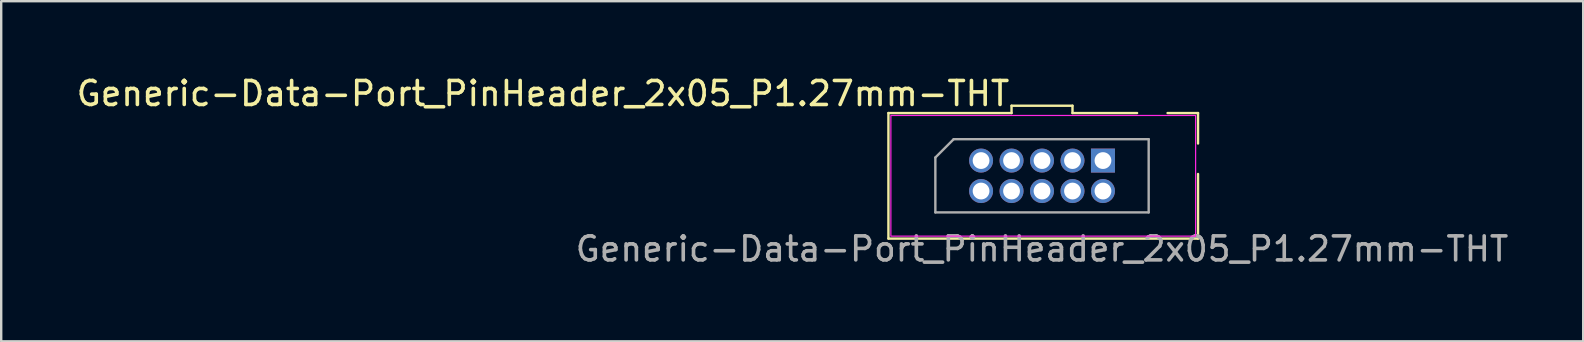
<source format=kicad_pcb>
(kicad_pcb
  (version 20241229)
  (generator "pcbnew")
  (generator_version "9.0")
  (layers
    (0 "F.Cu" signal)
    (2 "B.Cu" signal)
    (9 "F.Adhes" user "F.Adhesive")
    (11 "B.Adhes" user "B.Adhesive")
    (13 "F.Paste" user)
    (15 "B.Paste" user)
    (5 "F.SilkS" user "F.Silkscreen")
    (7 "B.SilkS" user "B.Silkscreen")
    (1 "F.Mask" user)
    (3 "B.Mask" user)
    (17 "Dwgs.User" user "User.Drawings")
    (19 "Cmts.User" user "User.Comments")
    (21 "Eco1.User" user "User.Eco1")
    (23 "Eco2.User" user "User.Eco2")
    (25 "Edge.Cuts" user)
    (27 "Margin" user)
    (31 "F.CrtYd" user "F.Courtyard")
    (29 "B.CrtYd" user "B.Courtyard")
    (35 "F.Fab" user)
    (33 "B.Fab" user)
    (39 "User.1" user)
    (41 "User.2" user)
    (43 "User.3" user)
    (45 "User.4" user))
  (footprint "Generic-Data-Port_PinHeader_2x05_P1.27mm-THT"
    (layer "F.Cu")
    (at 40.377 4.912)
    (property "Reference" "Generic-Data-Port_PinHeader_2x05_P1.27mm-THT" (at -1.27 -4.064 0) (layer "F.SilkS") (effects (font (size 1 1) (thickness 0.15)) (justify right)))
    (attr through_hole)
    (fp_line (start -6.401 -3.251) (end -6.401 1.981) (stroke (width 0.1) (type solid)) (layer "F.SilkS"))
    (fp_line (start -6.401 -3.251) (end -1.27 -3.251) (stroke (width 0.1) (type default)) (layer "F.SilkS"))
    (fp_line (start -1.27 -3.556) (end 1.27 -3.556) (stroke (width 0.1) (type default)) (layer "F.SilkS"))
    (fp_line (start -1.27 -3.251) (end -1.27 -3.556) (stroke (width 0.1) (type default)) (layer "F.SilkS"))
    (fp_line (start 1.27 -3.556) (end 1.27 -3.251) (stroke (width 0.1) (type default)) (layer "F.SilkS"))
    (fp_line (start 3.962 -3.251) (end 1.27 -3.251) (stroke (width 0.1) (type solid)) (layer "F.SilkS"))
    (fp_line (start 6.502 -3.251) (end 5.232 -3.251) (stroke (width 0.1) (type solid)) (layer "F.SilkS"))
    (fp_line (start 6.502 -1.981) (end 6.502 -3.251) (stroke (width 0.1) (type solid)) (layer "F.SilkS"))
    (fp_line (start 6.502 -0.711) (end 6.502 1.981) (stroke (width 0.1) (type solid)) (layer "F.SilkS"))
    (fp_line (start 6.502 1.981) (end -6.401 1.981) (stroke (width 0.1) (type default)) (layer "F.SilkS"))
    (fp_rect (start -6.299 -3.15) (end 6.401 1.88) (stroke (width 0.05) (type solid)) (fill no) (layer "F.CrtYd"))
    (fp_line (start -4.445 -1.397) (end -3.683 -2.16) (stroke (width 0.1) (type solid)) (layer "F.Fab"))
    (fp_line (start -4.445 0.89) (end -4.445 -1.397) (stroke (width 0.1) (type solid)) (layer "F.Fab"))
    (fp_line (start -3.683 -2.16) (end 4.445 -2.16) (stroke (width 0.1) (type solid)) (layer "F.Fab"))
    (fp_line (start 4.445 -2.16) (end 4.445 0.89) (stroke (width 0.1) (type solid)) (layer "F.Fab"))
    (fp_line (start 4.445 0.89) (end -4.445 0.89) (stroke (width 0.1) (type solid)) (layer "F.Fab"))
    (fp_text user "${REFERENCE}" (at 0 2.413 0) (layer "F.Fab") (effects (font (size 1 1) (thickness 0.15))))
    (pad "1" thru_hole rect (at 2.54 -1.27 90) (size 1 1) (drill 0.7) (layers "*.Cu" "*.Mask"))
    (pad "2" thru_hole circle (at 2.54 0 90) (size 1 1) (drill 0.7) (layers "*.Cu" "*.Mask"))
    (pad "3" thru_hole circle (at 1.27 -1.27 90) (size 1 1) (drill 0.7) (layers "*.Cu" "*.Mask"))
    (pad "4" thru_hole circle (at 1.27 0 90) (size 1 1) (drill 0.7) (layers "*.Cu" "*.Mask"))
    (pad "5" thru_hole circle (at 0 -1.27 90) (size 1 1) (drill 0.7) (layers "*.Cu" "*.Mask"))
    (pad "6" thru_hole circle (at 0 0 90) (size 1 1) (drill 0.7) (layers "*.Cu" "*.Mask"))
    (pad "7" thru_hole circle (at -1.27 -1.27 90) (size 1 1) (drill 0.7) (layers "*.Cu" "*.Mask"))
    (pad "8" thru_hole circle (at -1.27 0 90) (size 1 1) (drill 0.7) (layers "*.Cu" "*.Mask"))
    (pad "9" thru_hole circle (at -2.54 -1.27 90) (size 1 1) (drill 0.7) (layers "*.Cu" "*.Mask"))
    (pad "10" thru_hole circle (at -2.54 0 90) (size 1 1) (drill 0.7) (layers "*.Cu" "*.Mask")))
  (gr_rect
    (start -3 -3)
    (end 62.931 11.174)
    (stroke (width 0.1) (type default))
    (fill no)
    (layer "Edge.Cuts")))
</source>
